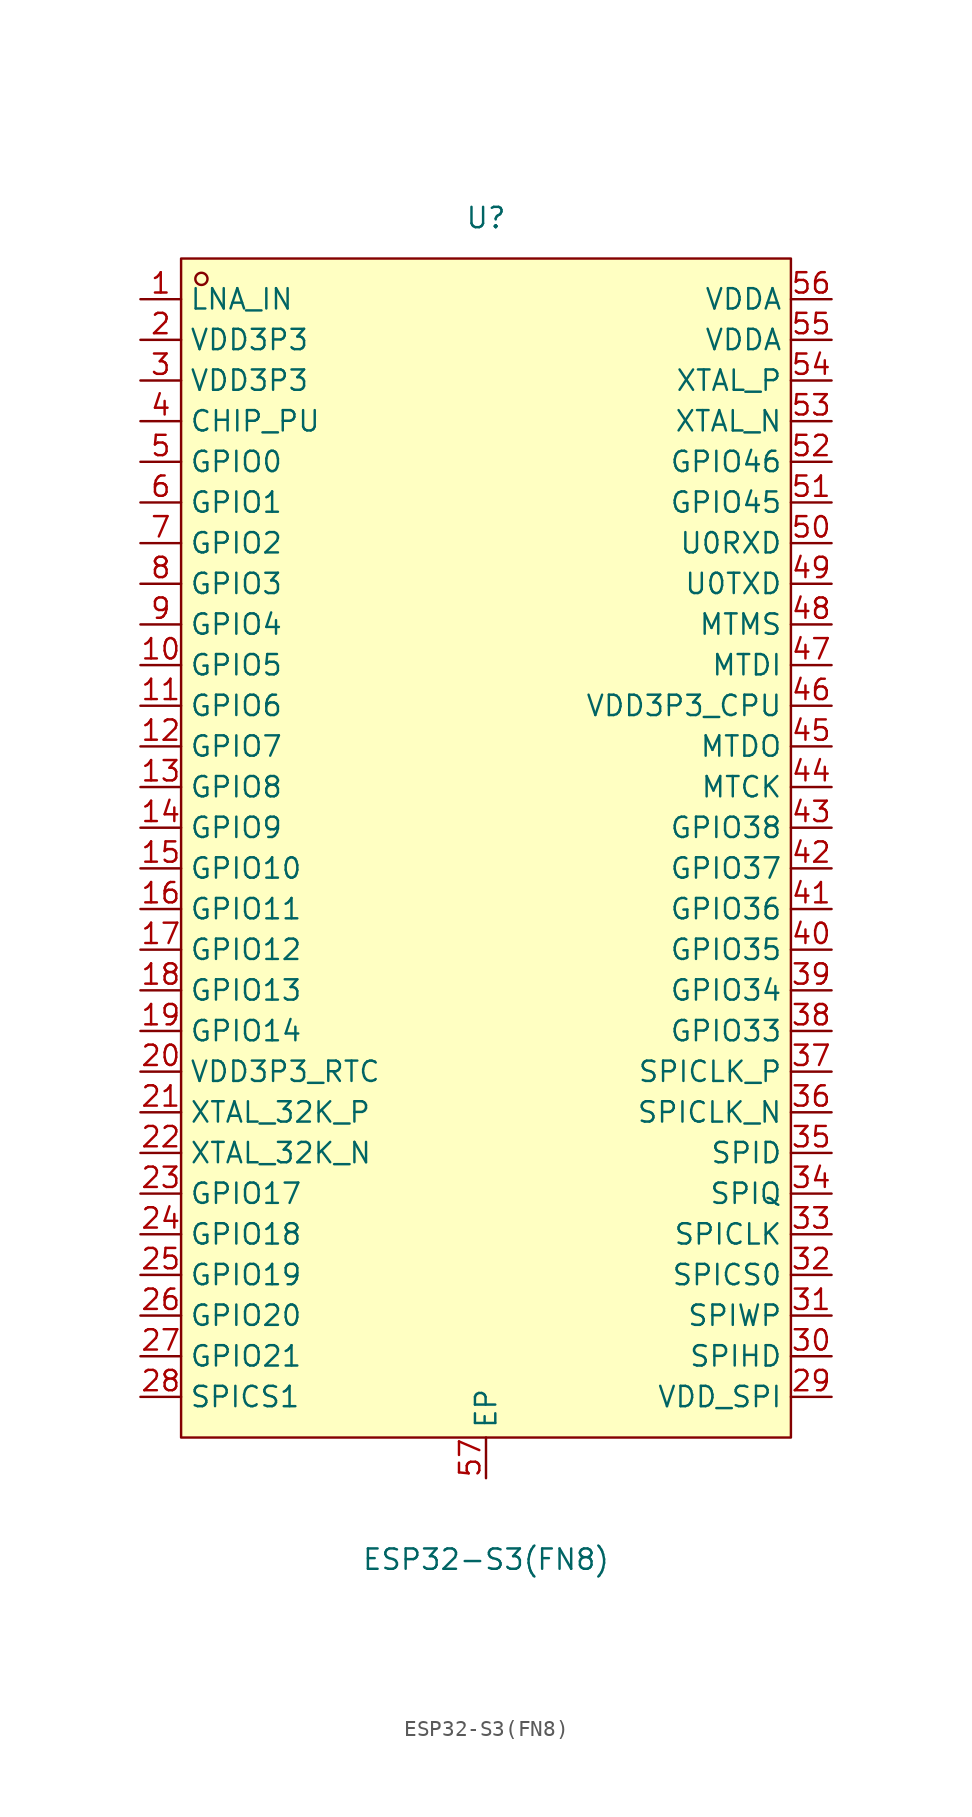
<source format=kicad_sym>
(kicad_symbol_lib
  (version 20231120)
  (generator "kicad_symbol_editor")
  (generator_version "8.0")
  (symbol "ESP32-S3(FN8)"
    (property "Reference" "U"
      (at 0 39.37 0)
      (effects (font (size 1.27 1.27))))
    (property "Value" "ESP32-S3(FN8)"
      (at 0 -44.45 0)
      (effects (font (size 1.27 1.27))))
    (symbol "ESP32-S3(FN8)_0_1"
      (rectangle (start -19.05 36.83) (end 19.05 -36.83) (stroke (width 0) (type default)) (fill (type background)))
      (circle (center -17.78 35.56) (radius 0.38) (stroke (width 0) (type default)) (fill (type none)))
      (pin unspecified line (at -21.59 34.29 0) (length 2.54) (name "LNA_IN" (effects (font (size 1.27 1.27)))) (number "1" (effects (font (size 1.27 1.27)))))
      (pin unspecified line (at -21.59 11.43 0) (length 2.54) (name "GPIO5" (effects (font (size 1.27 1.27)))) (number "10" (effects (font (size 1.27 1.27)))))
      (pin unspecified line (at -21.59 8.89 0) (length 2.54) (name "GPIO6" (effects (font (size 1.27 1.27)))) (number "11" (effects (font (size 1.27 1.27)))))
      (pin unspecified line (at -21.59 6.35 0) (length 2.54) (name "GPIO7" (effects (font (size 1.27 1.27)))) (number "12" (effects (font (size 1.27 1.27)))))
      (pin unspecified line (at -21.59 3.81 0) (length 2.54) (name "GPIO8" (effects (font (size 1.27 1.27)))) (number "13" (effects (font (size 1.27 1.27)))))
      (pin unspecified line (at -21.59 1.27 0) (length 2.54) (name "GPIO9" (effects (font (size 1.27 1.27)))) (number "14" (effects (font (size 1.27 1.27)))))
      (pin unspecified line (at -21.59 -1.27 0) (length 2.54) (name "GPIO10" (effects (font (size 1.27 1.27)))) (number "15" (effects (font (size 1.27 1.27)))))
      (pin unspecified line (at -21.59 -3.81 0) (length 2.54) (name "GPIO11" (effects (font (size 1.27 1.27)))) (number "16" (effects (font (size 1.27 1.27)))))
      (pin unspecified line (at -21.59 -6.35 0) (length 2.54) (name "GPIO12" (effects (font (size 1.27 1.27)))) (number "17" (effects (font (size 1.27 1.27)))))
      (pin unspecified line (at -21.59 -8.89 0) (length 2.54) (name "GPIO13" (effects (font (size 1.27 1.27)))) (number "18" (effects (font (size 1.27 1.27)))))
      (pin unspecified line (at -21.59 -11.43 0) (length 2.54) (name "GPIO14" (effects (font (size 1.27 1.27)))) (number "19" (effects (font (size 1.27 1.27)))))
      (pin unspecified line (at -21.59 31.75 0) (length 2.54) (name "VDD3P3" (effects (font (size 1.27 1.27)))) (number "2" (effects (font (size 1.27 1.27)))))
      (pin unspecified line (at -21.59 -13.97 0) (length 2.54) (name "VDD3P3_RTC" (effects (font (size 1.27 1.27)))) (number "20" (effects (font (size 1.27 1.27)))))
      (pin unspecified line (at -21.59 -16.51 0) (length 2.54) (name "XTAL_32K_P" (effects (font (size 1.27 1.27)))) (number "21" (effects (font (size 1.27 1.27)))))
      (pin unspecified line (at -21.59 -19.05 0) (length 2.54) (name "XTAL_32K_N" (effects (font (size 1.27 1.27)))) (number "22" (effects (font (size 1.27 1.27)))))
      (pin unspecified line (at -21.59 -21.59 0) (length 2.54) (name "GPIO17" (effects (font (size 1.27 1.27)))) (number "23" (effects (font (size 1.27 1.27)))))
      (pin unspecified line (at -21.59 -24.13 0) (length 2.54) (name "GPIO18" (effects (font (size 1.27 1.27)))) (number "24" (effects (font (size 1.27 1.27)))))
      (pin unspecified line (at -21.59 -26.67 0) (length 2.54) (name "GPIO19" (effects (font (size 1.27 1.27)))) (number "25" (effects (font (size 1.27 1.27)))))
      (pin unspecified line (at -21.59 -29.21 0) (length 2.54) (name "GPIO20" (effects (font (size 1.27 1.27)))) (number "26" (effects (font (size 1.27 1.27)))))
      (pin unspecified line (at -21.59 -31.75 0) (length 2.54) (name "GPIO21" (effects (font (size 1.27 1.27)))) (number "27" (effects (font (size 1.27 1.27)))))
      (pin unspecified line (at -21.59 -34.29 0) (length 2.54) (name "SPICS1" (effects (font (size 1.27 1.27)))) (number "28" (effects (font (size 1.27 1.27)))))
      (pin unspecified line (at 21.59 -34.29 180) (length 2.54) (name "VDD_SPI" (effects (font (size 1.27 1.27)))) (number "29" (effects (font (size 1.27 1.27)))))
      (pin unspecified line (at -21.59 29.21 0) (length 2.54) (name "VDD3P3" (effects (font (size 1.27 1.27)))) (number "3" (effects (font (size 1.27 1.27)))))
      (pin unspecified line (at 21.59 -31.75 180) (length 2.54) (name "SPIHD" (effects (font (size 1.27 1.27)))) (number "30" (effects (font (size 1.27 1.27)))))
      (pin unspecified line (at 21.59 -29.21 180) (length 2.54) (name "SPIWP" (effects (font (size 1.27 1.27)))) (number "31" (effects (font (size 1.27 1.27)))))
      (pin unspecified line (at 21.59 -26.67 180) (length 2.54) (name "SPICS0" (effects (font (size 1.27 1.27)))) (number "32" (effects (font (size 1.27 1.27)))))
      (pin unspecified line (at 21.59 -24.13 180) (length 2.54) (name "SPICLK" (effects (font (size 1.27 1.27)))) (number "33" (effects (font (size 1.27 1.27)))))
      (pin unspecified line (at 21.59 -21.59 180) (length 2.54) (name "SPIQ" (effects (font (size 1.27 1.27)))) (number "34" (effects (font (size 1.27 1.27)))))
      (pin unspecified line (at 21.59 -19.05 180) (length 2.54) (name "SPID" (effects (font (size 1.27 1.27)))) (number "35" (effects (font (size 1.27 1.27)))))
      (pin unspecified line (at 21.59 -16.51 180) (length 2.54) (name "SPICLK_N" (effects (font (size 1.27 1.27)))) (number "36" (effects (font (size 1.27 1.27)))))
      (pin unspecified line (at 21.59 -13.97 180) (length 2.54) (name "SPICLK_P" (effects (font (size 1.27 1.27)))) (number "37" (effects (font (size 1.27 1.27)))))
      (pin unspecified line (at 21.59 -11.43 180) (length 2.54) (name "GPIO33" (effects (font (size 1.27 1.27)))) (number "38" (effects (font (size 1.27 1.27)))))
      (pin unspecified line (at 21.59 -8.89 180) (length 2.54) (name "GPIO34" (effects (font (size 1.27 1.27)))) (number "39" (effects (font (size 1.27 1.27)))))
      (pin unspecified line (at -21.59 26.67 0) (length 2.54) (name "CHIP_PU" (effects (font (size 1.27 1.27)))) (number "4" (effects (font (size 1.27 1.27)))))
      (pin unspecified line (at 21.59 -6.35 180) (length 2.54) (name "GPIO35" (effects (font (size 1.27 1.27)))) (number "40" (effects (font (size 1.27 1.27)))))
      (pin unspecified line (at 21.59 -3.81 180) (length 2.54) (name "GPIO36" (effects (font (size 1.27 1.27)))) (number "41" (effects (font (size 1.27 1.27)))))
      (pin unspecified line (at 21.59 -1.27 180) (length 2.54) (name "GPIO37" (effects (font (size 1.27 1.27)))) (number "42" (effects (font (size 1.27 1.27)))))
      (pin unspecified line (at 21.59 1.27 180) (length 2.54) (name "GPIO38" (effects (font (size 1.27 1.27)))) (number "43" (effects (font (size 1.27 1.27)))))
      (pin unspecified line (at 21.59 3.81 180) (length 2.54) (name "MTCK" (effects (font (size 1.27 1.27)))) (number "44" (effects (font (size 1.27 1.27)))))
      (pin unspecified line (at 21.59 6.35 180) (length 2.54) (name "MTDO" (effects (font (size 1.27 1.27)))) (number "45" (effects (font (size 1.27 1.27)))))
      (pin unspecified line (at 21.59 8.89 180) (length 2.54) (name "VDD3P3_CPU" (effects (font (size 1.27 1.27)))) (number "46" (effects (font (size 1.27 1.27)))))
      (pin unspecified line (at 21.59 11.43 180) (length 2.54) (name "MTDI" (effects (font (size 1.27 1.27)))) (number "47" (effects (font (size 1.27 1.27)))))
      (pin unspecified line (at 21.59 13.97 180) (length 2.54) (name "MTMS" (effects (font (size 1.27 1.27)))) (number "48" (effects (font (size 1.27 1.27)))))
      (pin unspecified line (at 21.59 16.51 180) (length 2.54) (name "U0TXD" (effects (font (size 1.27 1.27)))) (number "49" (effects (font (size 1.27 1.27)))))
      (pin unspecified line (at -21.59 24.13 0) (length 2.54) (name "GPIO0" (effects (font (size 1.27 1.27)))) (number "5" (effects (font (size 1.27 1.27)))))
      (pin unspecified line (at 21.59 19.05 180) (length 2.54) (name "U0RXD" (effects (font (size 1.27 1.27)))) (number "50" (effects (font (size 1.27 1.27)))))
      (pin unspecified line (at 21.59 21.59 180) (length 2.54) (name "GPIO45" (effects (font (size 1.27 1.27)))) (number "51" (effects (font (size 1.27 1.27)))))
      (pin unspecified line (at 21.59 24.13 180) (length 2.54) (name "GPIO46" (effects (font (size 1.27 1.27)))) (number "52" (effects (font (size 1.27 1.27)))))
      (pin unspecified line (at 21.59 26.67 180) (length 2.54) (name "XTAL_N" (effects (font (size 1.27 1.27)))) (number "53" (effects (font (size 1.27 1.27)))))
      (pin unspecified line (at 21.59 29.21 180) (length 2.54) (name "XTAL_P" (effects (font (size 1.27 1.27)))) (number "54" (effects (font (size 1.27 1.27)))))
      (pin unspecified line (at 21.59 31.75 180) (length 2.54) (name "VDDA" (effects (font (size 1.27 1.27)))) (number "55" (effects (font (size 1.27 1.27)))))
      (pin unspecified line (at 21.59 34.29 180) (length 2.54) (name "VDDA" (effects (font (size 1.27 1.27)))) (number "56" (effects (font (size 1.27 1.27)))))
      (pin unspecified line (at 0 -39.37 90) (length 2.54) (name "EP" (effects (font (size 1.27 1.27)))) (number "57" (effects (font (size 1.27 1.27)))))
      (pin unspecified line (at -21.59 21.59 0) (length 2.54) (name "GPIO1" (effects (font (size 1.27 1.27)))) (number "6" (effects (font (size 1.27 1.27)))))
      (pin unspecified line (at -21.59 19.05 0) (length 2.54) (name "GPIO2" (effects (font (size 1.27 1.27)))) (number "7" (effects (font (size 1.27 1.27)))))
      (pin unspecified line (at -21.59 16.51 0) (length 2.54) (name "GPIO3" (effects (font (size 1.27 1.27)))) (number "8" (effects (font (size 1.27 1.27)))))
      (pin unspecified line (at -21.59 13.97 0) (length 2.54) (name "GPIO4" (effects (font (size 1.27 1.27)))) (number "9" (effects (font (size 1.27 1.27))))))))
</source>
